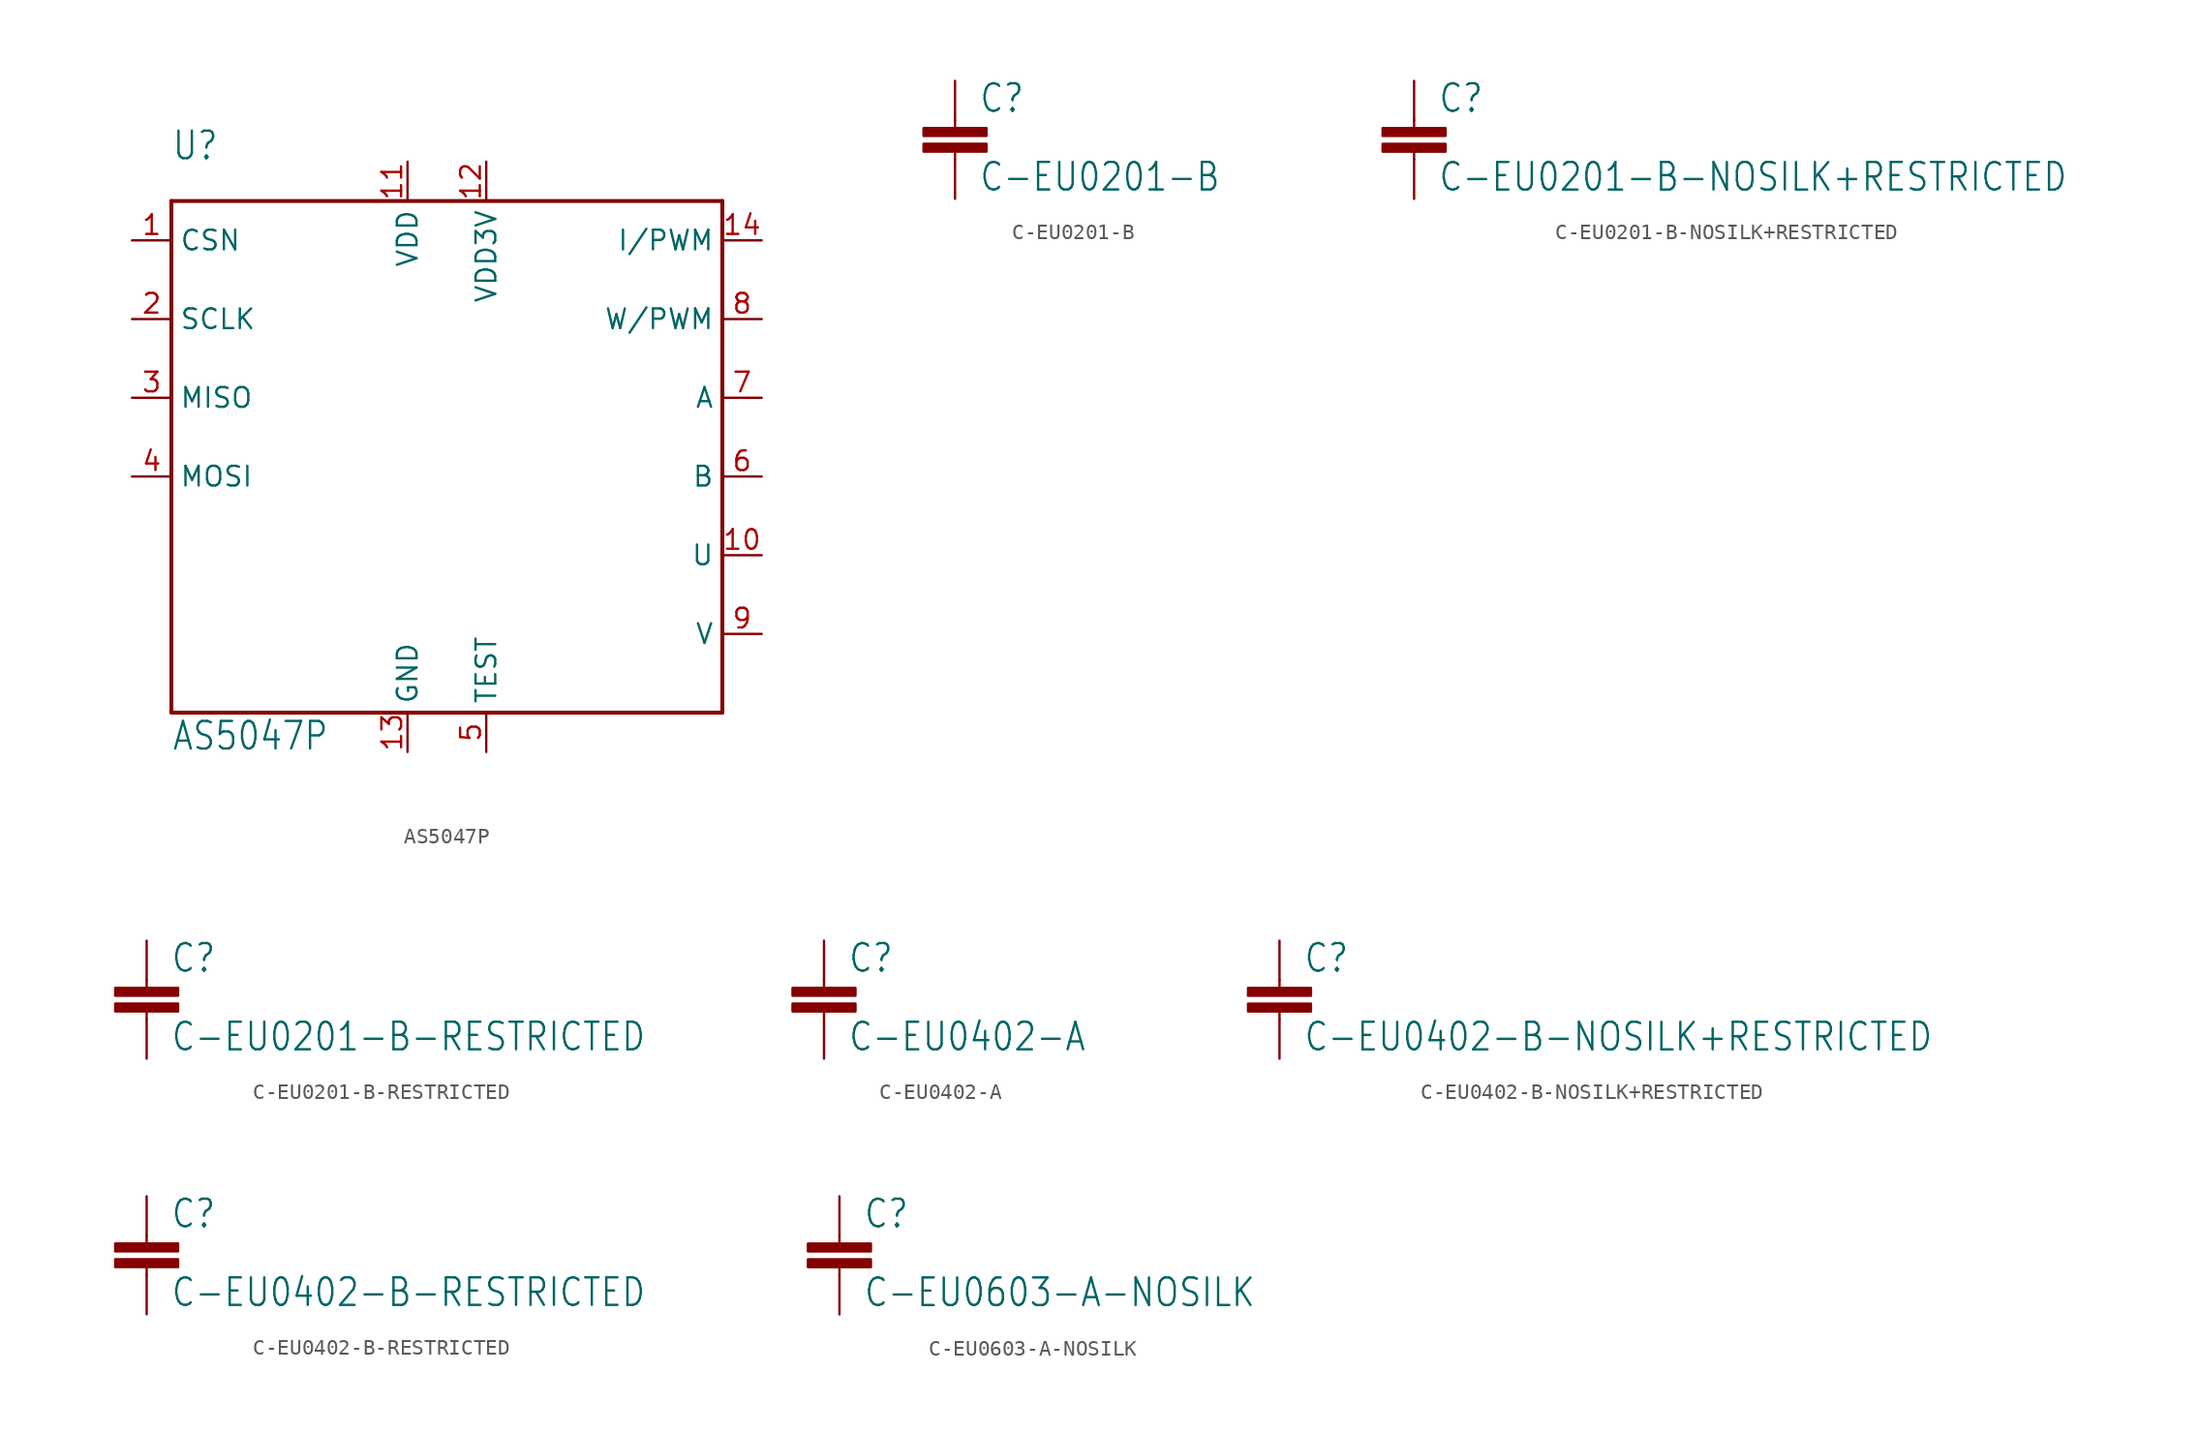
<source format=kicad_sym>
(kicad_symbol_lib
  (version 20211014)
  (generator kicad_symbol_editor)
  (symbol "AS5047P"
    (property "Reference" "U"
      (at -17.78 20.32 0)
      (effects (font (size 1.778 1.511)) (justify left bottom)))
    (property "Value" "AS5047P"
      (at -17.78 -17.78 0)
      (effects (font (size 1.778 1.511)) (justify left bottom)))
    (property "ki_locked" ""
      (at 0 0 0)
      (effects (font (size 1.27 1.27))))
    (symbol "AS5047P_1_0"
      (polyline (pts (xy -17.78 -15.24) (xy -17.78 17.78)) (stroke (width 0.254) (type default)) (fill (type none)))
      (polyline (pts (xy -17.78 17.78) (xy 17.78 17.78)) (stroke (width 0.254) (type default)) (fill (type none)))
      (polyline (pts (xy 17.78 -15.24) (xy -17.78 -15.24)) (stroke (width 0.254) (type default)) (fill (type none)))
      (polyline (pts (xy 17.78 17.78) (xy 17.78 -15.24)) (stroke (width 0.254) (type default)) (fill (type none)))
      (pin input line (at -20.32 15.24 0) (length 2.54) (name "CSN" (effects (font (size 1.27 1.27)))) (number "1" (effects (font (size 1.27 1.27)))))
      (pin output line (at 20.32 -5.08 180) (length 2.54) (name "U" (effects (font (size 1.27 1.27)))) (number "10" (effects (font (size 1.27 1.27)))))
      (pin power_in line (at -2.54 20.32 270) (length 2.54) (name "VDD" (effects (font (size 1.27 1.27)))) (number "11" (effects (font (size 1.27 1.27)))))
      (pin power_in line (at 2.54 20.32 270) (length 2.54) (name "VDD3V" (effects (font (size 1.27 1.27)))) (number "12" (effects (font (size 1.27 1.27)))))
      (pin power_in line (at -2.54 -17.78 90) (length 2.54) (name "GND" (effects (font (size 1.27 1.27)))) (number "13" (effects (font (size 1.27 1.27)))))
      (pin output line (at 20.32 15.24 180) (length 2.54) (name "I/PWM" (effects (font (size 1.27 1.27)))) (number "14" (effects (font (size 1.27 1.27)))))
      (pin input line (at -20.32 10.16 0) (length 2.54) (name "SCLK" (effects (font (size 1.27 1.27)))) (number "2" (effects (font (size 1.27 1.27)))))
      (pin output line (at -20.32 5.08 0) (length 2.54) (name "MISO" (effects (font (size 1.27 1.27)))) (number "3" (effects (font (size 1.27 1.27)))))
      (pin input line (at -20.32 0 0) (length 2.54) (name "MOSI" (effects (font (size 1.27 1.27)))) (number "4" (effects (font (size 1.27 1.27)))))
      (pin power_in line (at 2.54 -17.78 90) (length 2.54) (name "TEST" (effects (font (size 1.27 1.27)))) (number "5" (effects (font (size 1.27 1.27)))))
      (pin output line (at 20.32 0 180) (length 2.54) (name "B" (effects (font (size 1.27 1.27)))) (number "6" (effects (font (size 1.27 1.27)))))
      (pin output line (at 20.32 5.08 180) (length 2.54) (name "A" (effects (font (size 1.27 1.27)))) (number "7" (effects (font (size 1.27 1.27)))))
      (pin output line (at 20.32 10.16 180) (length 2.54) (name "W/PWM" (effects (font (size 1.27 1.27)))) (number "8" (effects (font (size 1.27 1.27)))))
      (pin output line (at 20.32 -10.16 180) (length 2.54) (name "V" (effects (font (size 1.27 1.27)))) (number "9" (effects (font (size 1.27 1.27)))))))
  (symbol "C-EU0201-B"
    (property "Reference" "C"
      (at 1.524 0.381 0)
      (effects (font (size 1.778 1.511)) (justify left bottom)))
    (property "Value" "C-EU0201-B"
      (at 1.524 -4.699 0)
      (effects (font (size 1.778 1.511)) (justify left bottom)))
    (property "ki_locked" ""
      (at 0 0 0)
      (effects (font (size 1.27 1.27))))
    (symbol "C-EU0201-B_1_0"
      (rectangle (start -2.032 -2.032) (end 2.032 -1.524) (stroke (width 0) (type default)) (fill (type outline)))
      (rectangle (start -2.032 -1.016) (end 2.032 -0.508) (stroke (width 0) (type default)) (fill (type outline)))
      (polyline (pts (xy 0 -2.54) (xy 0 -2.032)) (stroke (width 0.152) (type default)) (fill (type none)))
      (polyline (pts (xy 0 0) (xy 0 -0.508)) (stroke (width 0.152) (type default)) (fill (type none)))
      (pin passive line (at 0 2.54 270) (length 2.54) (name "1" (effects (font (size 0 0)))) (number "1" (effects (font (size 0 0)))))
      (pin passive line (at 0 -5.08 90) (length 2.54) (name "2" (effects (font (size 0 0)))) (number "2" (effects (font (size 0 0)))))))
  (symbol "C-EU0201-B-NOSILK+RESTRICTED"
    (property "Reference" "C"
      (at 1.524 0.381 0)
      (effects (font (size 1.778 1.511)) (justify left bottom)))
    (property "Value" "C-EU0201-B-NOSILK+RESTRICTED"
      (at 1.524 -4.699 0)
      (effects (font (size 1.778 1.511)) (justify left bottom)))
    (property "ki_locked" ""
      (at 0 0 0)
      (effects (font (size 1.27 1.27))))
    (symbol "C-EU0201-B-NOSILK+RESTRICTED_1_0"
      (rectangle (start -2.032 -2.032) (end 2.032 -1.524) (stroke (width 0) (type default)) (fill (type outline)))
      (rectangle (start -2.032 -1.016) (end 2.032 -0.508) (stroke (width 0) (type default)) (fill (type outline)))
      (polyline (pts (xy 0 -2.54) (xy 0 -2.032)) (stroke (width 0.152) (type default)) (fill (type none)))
      (polyline (pts (xy 0 0) (xy 0 -0.508)) (stroke (width 0.152) (type default)) (fill (type none)))
      (pin passive line (at 0 2.54 270) (length 2.54) (name "1" (effects (font (size 0 0)))) (number "1" (effects (font (size 0 0)))))
      (pin passive line (at 0 -5.08 90) (length 2.54) (name "2" (effects (font (size 0 0)))) (number "2" (effects (font (size 0 0)))))))
  (symbol "C-EU0201-B-RESTRICTED"
    (property "Reference" "C"
      (at 1.524 0.381 0)
      (effects (font (size 1.778 1.511)) (justify left bottom)))
    (property "Value" "C-EU0201-B-RESTRICTED"
      (at 1.524 -4.699 0)
      (effects (font (size 1.778 1.511)) (justify left bottom)))
    (property "ki_locked" ""
      (at 0 0 0)
      (effects (font (size 1.27 1.27))))
    (symbol "C-EU0201-B-RESTRICTED_1_0"
      (rectangle (start -2.032 -2.032) (end 2.032 -1.524) (stroke (width 0) (type default)) (fill (type outline)))
      (rectangle (start -2.032 -1.016) (end 2.032 -0.508) (stroke (width 0) (type default)) (fill (type outline)))
      (polyline (pts (xy 0 -2.54) (xy 0 -2.032)) (stroke (width 0.152) (type default)) (fill (type none)))
      (polyline (pts (xy 0 0) (xy 0 -0.508)) (stroke (width 0.152) (type default)) (fill (type none)))
      (pin passive line (at 0 2.54 270) (length 2.54) (name "1" (effects (font (size 0 0)))) (number "1" (effects (font (size 0 0)))))
      (pin passive line (at 0 -5.08 90) (length 2.54) (name "2" (effects (font (size 0 0)))) (number "2" (effects (font (size 0 0)))))))
  (symbol "C-EU0402-A"
    (property "Reference" "C"
      (at 1.524 0.381 0)
      (effects (font (size 1.778 1.511)) (justify left bottom)))
    (property "Value" "C-EU0402-A"
      (at 1.524 -4.699 0)
      (effects (font (size 1.778 1.511)) (justify left bottom)))
    (property "ki_locked" ""
      (at 0 0 0)
      (effects (font (size 1.27 1.27))))
    (symbol "C-EU0402-A_1_0"
      (rectangle (start -2.032 -2.032) (end 2.032 -1.524) (stroke (width 0) (type default)) (fill (type outline)))
      (rectangle (start -2.032 -1.016) (end 2.032 -0.508) (stroke (width 0) (type default)) (fill (type outline)))
      (polyline (pts (xy 0 -2.54) (xy 0 -2.032)) (stroke (width 0.152) (type default)) (fill (type none)))
      (polyline (pts (xy 0 0) (xy 0 -0.508)) (stroke (width 0.152) (type default)) (fill (type none)))
      (pin passive line (at 0 2.54 270) (length 2.54) (name "1" (effects (font (size 0 0)))) (number "1" (effects (font (size 0 0)))))
      (pin passive line (at 0 -5.08 90) (length 2.54) (name "2" (effects (font (size 0 0)))) (number "2" (effects (font (size 0 0)))))))
  (symbol "C-EU0402-B-NOSILK+RESTRICTED"
    (property "Reference" "C"
      (at 1.524 0.381 0)
      (effects (font (size 1.778 1.511)) (justify left bottom)))
    (property "Value" "C-EU0402-B-NOSILK+RESTRICTED"
      (at 1.524 -4.699 0)
      (effects (font (size 1.778 1.511)) (justify left bottom)))
    (property "ki_locked" ""
      (at 0 0 0)
      (effects (font (size 1.27 1.27))))
    (symbol "C-EU0402-B-NOSILK+RESTRICTED_1_0"
      (rectangle (start -2.032 -2.032) (end 2.032 -1.524) (stroke (width 0) (type default)) (fill (type outline)))
      (rectangle (start -2.032 -1.016) (end 2.032 -0.508) (stroke (width 0) (type default)) (fill (type outline)))
      (polyline (pts (xy 0 -2.54) (xy 0 -2.032)) (stroke (width 0.152) (type default)) (fill (type none)))
      (polyline (pts (xy 0 0) (xy 0 -0.508)) (stroke (width 0.152) (type default)) (fill (type none)))
      (pin passive line (at 0 2.54 270) (length 2.54) (name "1" (effects (font (size 0 0)))) (number "1" (effects (font (size 0 0)))))
      (pin passive line (at 0 -5.08 90) (length 2.54) (name "2" (effects (font (size 0 0)))) (number "2" (effects (font (size 0 0)))))))
  (symbol "C-EU0402-B-RESTRICTED"
    (property "Reference" "C"
      (at 1.524 0.381 0)
      (effects (font (size 1.778 1.511)) (justify left bottom)))
    (property "Value" "C-EU0402-B-RESTRICTED"
      (at 1.524 -4.699 0)
      (effects (font (size 1.778 1.511)) (justify left bottom)))
    (property "ki_locked" ""
      (at 0 0 0)
      (effects (font (size 1.27 1.27))))
    (symbol "C-EU0402-B-RESTRICTED_1_0"
      (rectangle (start -2.032 -2.032) (end 2.032 -1.524) (stroke (width 0) (type default)) (fill (type outline)))
      (rectangle (start -2.032 -1.016) (end 2.032 -0.508) (stroke (width 0) (type default)) (fill (type outline)))
      (polyline (pts (xy 0 -2.54) (xy 0 -2.032)) (stroke (width 0.152) (type default)) (fill (type none)))
      (polyline (pts (xy 0 0) (xy 0 -0.508)) (stroke (width 0.152) (type default)) (fill (type none)))
      (pin passive line (at 0 2.54 270) (length 2.54) (name "1" (effects (font (size 0 0)))) (number "1" (effects (font (size 0 0)))))
      (pin passive line (at 0 -5.08 90) (length 2.54) (name "2" (effects (font (size 0 0)))) (number "2" (effects (font (size 0 0)))))))
  (symbol "C-EU0603-A-NOSILK"
    (property "Reference" "C"
      (at 1.524 0.381 0)
      (effects (font (size 1.778 1.511)) (justify left bottom)))
    (property "Value" "C-EU0603-A-NOSILK"
      (at 1.524 -4.699 0)
      (effects (font (size 1.778 1.511)) (justify left bottom)))
    (property "ki_locked" ""
      (at 0 0 0)
      (effects (font (size 1.27 1.27))))
    (symbol "C-EU0603-A-NOSILK_1_0"
      (rectangle (start -2.032 -2.032) (end 2.032 -1.524) (stroke (width 0) (type default)) (fill (type outline)))
      (rectangle (start -2.032 -1.016) (end 2.032 -0.508) (stroke (width 0) (type default)) (fill (type outline)))
      (polyline (pts (xy 0 -2.54) (xy 0 -2.032)) (stroke (width 0.152) (type default)) (fill (type none)))
      (polyline (pts (xy 0 0) (xy 0 -0.508)) (stroke (width 0.152) (type default)) (fill (type none)))
      (pin passive line (at 0 2.54 270) (length 2.54) (name "1" (effects (font (size 0 0)))) (number "1" (effects (font (size 0 0)))))
      (pin passive line (at 0 -5.08 90) (length 2.54) (name "2" (effects (font (size 0 0)))) (number "2" (effects (font (size 0 0))))))))
</source>
